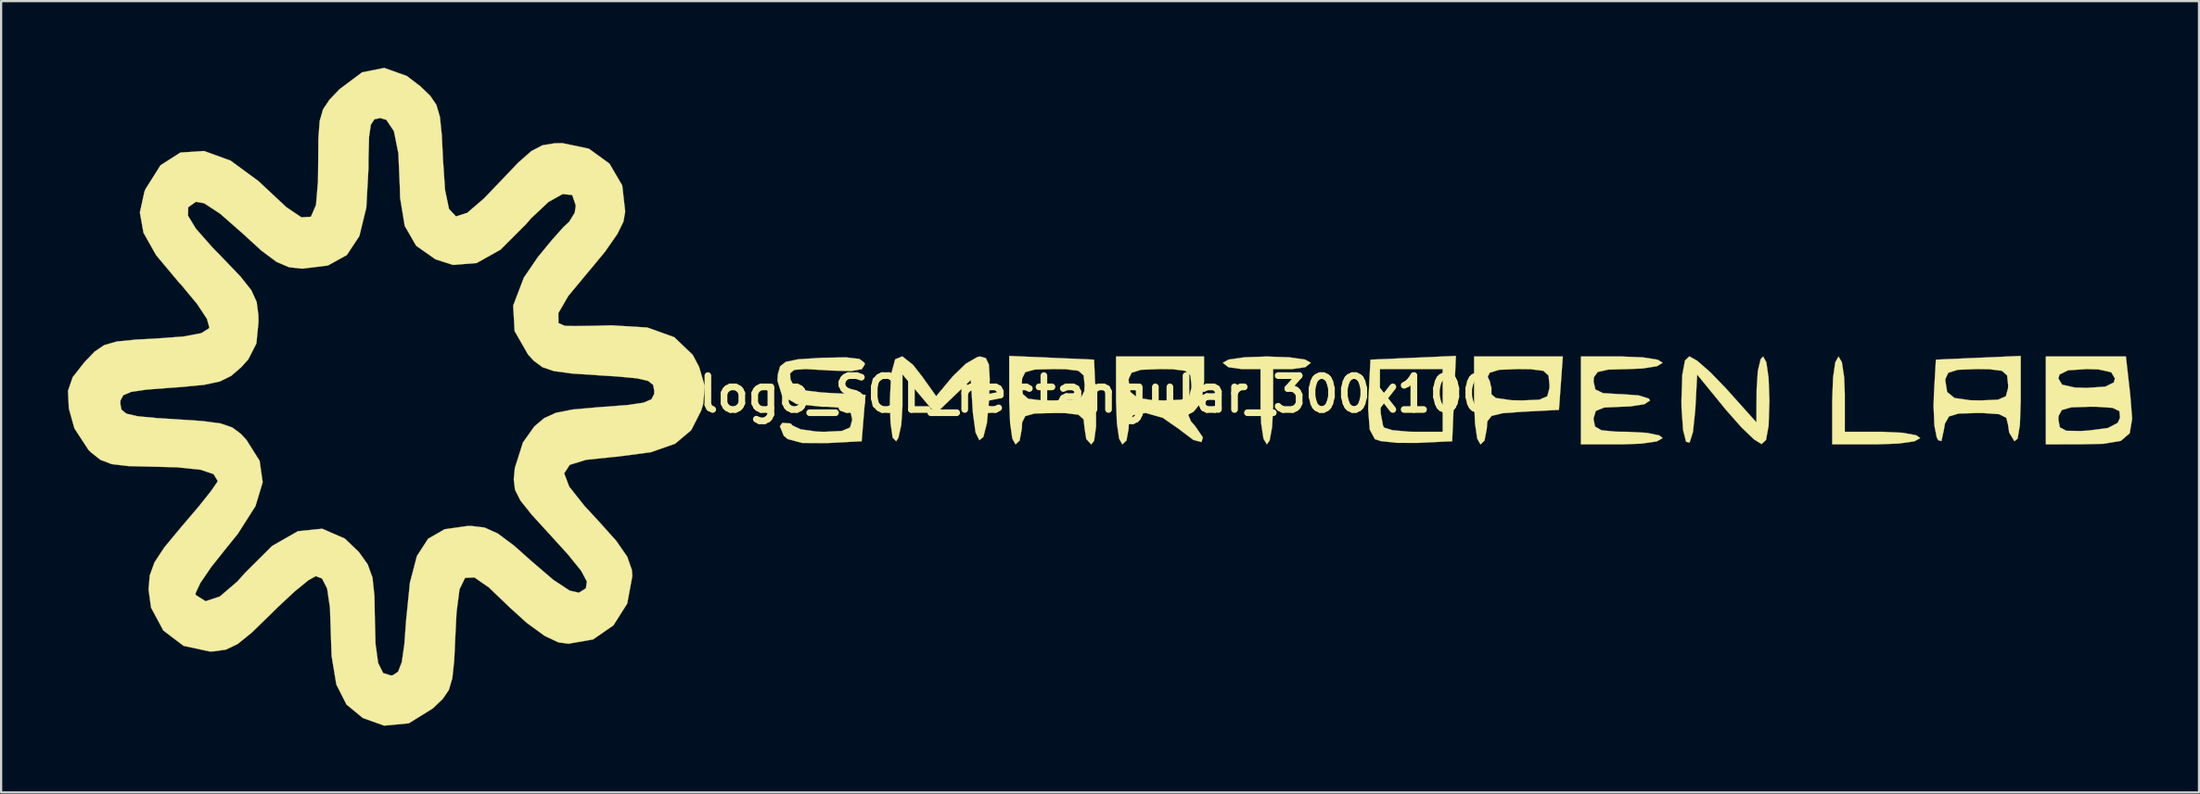
<source format=kicad_pcb>
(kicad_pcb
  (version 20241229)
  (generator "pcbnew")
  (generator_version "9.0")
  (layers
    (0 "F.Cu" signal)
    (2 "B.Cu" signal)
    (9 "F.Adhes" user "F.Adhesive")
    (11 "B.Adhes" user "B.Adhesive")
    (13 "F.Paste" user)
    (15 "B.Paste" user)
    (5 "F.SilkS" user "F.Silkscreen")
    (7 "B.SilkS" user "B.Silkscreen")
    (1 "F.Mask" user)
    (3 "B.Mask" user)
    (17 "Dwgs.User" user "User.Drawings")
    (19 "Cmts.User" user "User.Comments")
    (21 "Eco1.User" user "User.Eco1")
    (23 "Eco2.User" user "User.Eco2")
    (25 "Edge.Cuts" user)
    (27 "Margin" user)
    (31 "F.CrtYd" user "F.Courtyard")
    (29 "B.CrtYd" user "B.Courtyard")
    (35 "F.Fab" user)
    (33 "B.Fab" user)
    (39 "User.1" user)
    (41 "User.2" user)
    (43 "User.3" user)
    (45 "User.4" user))
  (footprint "logo_SOL_rectangular_300x100"
    (layer "F.Cu")
    (at 46.24 14.676)
    (property "Reference" "logo_SOL_rectangular_300x100" (at 0 0 0) (layer "F.SilkS") (effects (font (size 1.524 1.524) (thickness 0.3))))
    (attr through_hole)
    (fp_poly (pts (xy 33.453 -1.436) (xy 33.554 -0.765) (xy 33.584 0) (xy 33.584 1.693) (xy 35.278 1.693) (xy 36.18 1.736) (xy 36.791 1.848) (xy 36.971 1.976) (xy 36.71 2.12) (xy 36.01 2.22) (xy 34.997 2.258) (xy 33.02 2.258) (xy 33.02 0.282) (xy 33.057 -0.731) (xy 33.157 -1.431) (xy 33.302 -1.693) (xy 33.302 -1.693) (xy 33.453 -1.436)) (stroke (width 0.01) (type solid)) (fill yes) (layer "F.SilkS"))
    (fp_poly (pts (xy 8.633 -1.656) (xy 9.334 -1.556) (xy 9.596 -1.411) (xy 9.596 -1.411) (xy 9.35 -1.213) (xy 8.759 -1.129) (xy 8.749 -1.129) (xy 7.902 -1.129) (xy 7.902 0.564) (xy 7.859 1.466) (xy 7.747 2.078) (xy 7.62 2.258) (xy 7.47 2.001) (xy 7.368 1.329) (xy 7.338 0.564) (xy 7.338 -1.129) (xy 6.491 -1.129) (xy 5.897 -1.211) (xy 5.645 -1.408) (xy 5.644 -1.411) (xy 5.905 -1.556) (xy 6.605 -1.656) (xy 7.618 -1.693) (xy 7.62 -1.693) (xy 8.633 -1.656)) (stroke (width 0.01) (type solid)) (fill yes) (layer "F.SilkS"))
    (fp_poly (pts (xy 16.029 0.198) (xy 15.946 2.117) (xy 14.393 2.19) (xy 13.461 2.189) (xy 12.734 2.109) (xy 12.473 2.023) (xy 12.244 1.591) (xy 12.173 0.674) (xy 12.191 0.115) (xy 12.255 -1.129) (xy 12.7 -1.129) (xy 12.7 0.094) (xy 12.74 0.886) (xy 12.841 1.418) (xy 12.888 1.505) (xy 13.264 1.621) (xy 13.984 1.687) (xy 14.299 1.693) (xy 15.522 1.693) (xy 15.522 -1.129) (xy 12.7 -1.129) (xy 12.255 -1.129) (xy 12.277 -1.552) (xy 14.195 -1.636) (xy 16.113 -1.72) (xy 16.029 0.198)) (stroke (width 0.01) (type solid)) (fill yes) (layer "F.SilkS"))
    (fp_poly (pts (xy 26.951 -1.504) (xy 27.542 -0.987) (xy 28.247 -0.258) (xy 28.284 -0.217) (xy 29.615 1.27) (xy 29.624 -0.212) (xy 29.678 -1.04) (xy 29.806 -1.577) (xy 29.916 -1.693) (xy 30.06 -1.432) (xy 30.16 -0.733) (xy 30.198 0.28) (xy 30.198 0.282) (xy 30.161 1.422) (xy 30.045 2.057) (xy 29.845 2.244) (xy 29.503 2.032) (xy 28.936 1.487) (xy 28.263 0.724) (xy 28.222 0.674) (xy 26.952 -0.882) (xy 26.868 0.688) (xy 26.763 1.699) (xy 26.614 2.176) (xy 26.455 2.141) (xy 26.322 1.617) (xy 26.251 0.629) (xy 26.247 0.282) (xy 26.285 -0.869) (xy 26.405 -1.511) (xy 26.599 -1.699) (xy 26.951 -1.504)) (stroke (width 0.01) (type solid)) (fill yes) (layer "F.SilkS"))
    (fp_poly (pts (xy -8.273 -1.316) (xy -7.87 -0.801) (xy -7.234 0.091) (xy -6.489 -0.801) (xy -5.906 -1.367) (xy -5.373 -1.675) (xy -5.258 -1.693) (xy -5.001 -1.621) (xy -4.866 -1.326) (xy -4.829 -0.689) (xy -4.855 0.212) (xy -4.954 1.292) (xy -5.113 1.921) (xy -5.295 2.072) (xy -5.464 1.721) (xy -5.584 0.84) (xy -5.591 0.74) (xy -5.678 -0.638) (xy -6.47 0.12) (xy -7.261 0.879) (xy -8.005 -0.006) (xy -8.749 -0.89) (xy -8.749 0.526) (xy -8.801 1.374) (xy -8.933 1.968) (xy -9.031 2.117) (xy -9.188 1.958) (xy -9.285 1.287) (xy -9.313 0.299) (xy -9.257 -0.904) (xy -9.076 -1.566) (xy -8.753 -1.699) (xy -8.273 -1.316)) (stroke (width 0.01) (type solid)) (fill yes) (layer "F.SilkS"))
    (fp_poly (pts (xy 20.83 -0.494) (xy 20.743 0.706) (xy 19.121 0.79) (xy 18.205 0.857) (xy 17.719 0.978) (xy 17.528 1.218) (xy 17.498 1.566) (xy 17.399 2.09) (xy 17.216 2.258) (xy 17.071 1.997) (xy 16.971 1.297) (xy 16.933 0.284) (xy 16.933 -0.611) (xy 17.498 -0.611) (xy 17.58 -0.098) (xy 17.911 0.174) (xy 18.617 0.274) (xy 19.097 0.282) (xy 19.862 0.25) (xy 20.218 0.095) (xy 20.317 -0.271) (xy 20.32 -0.423) (xy 20.274 -0.842) (xy 20.041 -1.051) (xy 19.475 -1.122) (xy 18.909 -1.129) (xy 18.055 -1.096) (xy 17.63 -0.963) (xy 17.5 -0.683) (xy 17.498 -0.611) (xy 16.933 -0.611) (xy 16.933 -1.693) (xy 20.917 -1.693) (xy 20.83 -0.494)) (stroke (width 0.01) (type solid)) (fill yes) (layer "F.SilkS"))
    (fp_poly (pts (xy 24.524 -1.653) (xy 25.18 -1.548) (xy 25.4 -1.411) (xy 25.145 -1.257) (xy 24.487 -1.154) (xy 23.848 -1.129) (xy 22.951 -1.104) (xy 22.483 -0.998) (xy 22.312 -0.762) (xy 22.296 -0.564) (xy 22.379 -0.212) (xy 22.724 -0.045) (xy 23.474 -0.000215) (xy 23.566 0) (xy 24.323 0.056) (xy 24.777 0.198) (xy 24.836 0.282) (xy 24.583 0.451) (xy 23.945 0.551) (xy 23.566 0.564) (xy 22.772 0.601) (xy 22.397 0.755) (xy 22.296 1.088) (xy 22.296 1.129) (xy 22.363 1.455) (xy 22.654 1.625) (xy 23.303 1.687) (xy 23.848 1.693) (xy 24.698 1.74) (xy 25.262 1.859) (xy 25.4 1.976) (xy 25.141 2.123) (xy 24.454 2.224) (xy 23.566 2.258) (xy 21.731 2.258) (xy 21.731 -1.693) (xy 23.566 -1.693) (xy 24.524 -1.653)) (stroke (width 0.01) (type solid)) (fill yes) (layer "F.SilkS"))
    (fp_poly (pts (xy -2.046 -1.636) (xy -0.141 -1.552) (xy -0.058 0.353) (xy -0.051 1.445) (xy -0.14 2.097) (xy -0.269 2.258) (xy -0.491 2.016) (xy -0.564 1.552) (xy -0.61 1.133) (xy -0.844 0.925) (xy -1.409 0.853) (xy -1.976 0.847) (xy -2.813 0.87) (xy -3.231 0.986) (xy -3.373 1.269) (xy -3.387 1.552) (xy -3.483 2.083) (xy -3.669 2.258) (xy -3.813 1.997) (xy -3.913 1.296) (xy -3.951 0.28) (xy -3.951 0.269) (xy -3.951 -0.423) (xy -3.387 -0.423) (xy -3.341 -0.005) (xy -3.107 0.204) (xy -2.542 0.276) (xy -1.976 0.282) (xy -1.138 0.259) (xy -0.72 0.143) (xy -0.578 -0.14) (xy -0.564 -0.423) (xy -0.61 -0.842) (xy -0.844 -1.051) (xy -1.409 -1.122) (xy -1.976 -1.129) (xy -2.813 -1.106) (xy -3.231 -0.989) (xy -3.373 -0.706) (xy -3.387 -0.423) (xy -3.951 -0.423) (xy -3.951 -1.719) (xy -2.046 -1.636)) (stroke (width 0.01) (type solid)) (fill yes) (layer "F.SilkS"))
    (fp_poly (pts (xy 41.487 0.286) (xy 41.451 1.377) (xy 41.348 1.999) (xy 41.204 2.117) (xy 40.967 1.719) (xy 40.922 1.394) (xy 40.842 1.063) (xy 40.508 0.899) (xy 39.784 0.848) (xy 39.53 0.847) (xy 38.695 0.872) (xy 38.266 1.001) (xy 38.085 1.317) (xy 38.031 1.623) (xy 37.925 2.107) (xy 37.783 2.072) (xy 37.714 1.942) (xy 37.61 1.411) (xy 37.573 0.551) (xy 37.59 -0.034) (xy 37.623 -0.611) (xy 38.1 -0.611) (xy 38.182 -0.098) (xy 38.513 0.174) (xy 39.219 0.274) (xy 39.699 0.282) (xy 40.464 0.25) (xy 40.82 0.095) (xy 40.919 -0.271) (xy 40.922 -0.423) (xy 40.876 -0.842) (xy 40.643 -1.051) (xy 40.077 -1.122) (xy 39.511 -1.129) (xy 38.658 -1.096) (xy 38.233 -0.963) (xy 38.102 -0.683) (xy 38.1 -0.611) (xy 37.623 -0.611) (xy 37.677 -1.552) (xy 39.582 -1.636) (xy 41.487 -1.719) (xy 41.487 0.286)) (stroke (width 0.01) (type solid)) (fill yes) (layer "F.SilkS"))
    (fp_poly (pts (xy 46.408 0.042) (xy 46.492 1.105) (xy 46.383 1.758) (xy 45.984 2.1) (xy 45.197 2.232) (xy 44.238 2.253) (xy 42.616 2.258) (xy 42.616 1.144) (xy 43.18 1.144) (xy 43.244 1.492) (xy 43.531 1.646) (xy 44.186 1.657) (xy 44.518 1.638) (xy 45.4 1.523) (xy 45.842 1.293) (xy 45.95 1.058) (xy 45.922 0.764) (xy 45.611 0.615) (xy 44.895 0.566) (xy 44.612 0.564) (xy 43.76 0.592) (xy 43.331 0.714) (xy 43.188 0.984) (xy 43.18 1.144) (xy 42.616 1.144) (xy 42.616 -0.706) (xy 43.18 -0.706) (xy 43.346 -0.427) (xy 43.911 -0.299) (xy 44.45 -0.282) (xy 45.287 -0.338) (xy 45.668 -0.526) (xy 45.72 -0.706) (xy 45.554 -0.985) (xy 44.989 -1.112) (xy 44.45 -1.129) (xy 43.613 -1.073) (xy 43.232 -0.885) (xy 43.18 -0.706) (xy 42.616 -0.706) (xy 42.616 -1.693) (xy 46.212 -1.693) (xy 46.408 0.042)) (stroke (width 0.01) (type solid)) (fill yes) (layer "F.SilkS"))
    (fp_poly (pts (xy 4.798 -0.556) (xy 4.687 0.35) (xy 4.362 0.749) (xy 4.088 0.926) (xy 4.211 1.22) (xy 4.408 1.448) (xy 4.746 1.944) (xy 4.684 2.155) (xy 4.319 2.057) (xy 3.75 1.63) (xy 3.721 1.602) (xy 2.947 1.064) (xy 2.183 0.847) (xy 2.172 0.847) (xy 1.607 0.944) (xy 1.419 1.343) (xy 1.411 1.552) (xy 1.315 2.083) (xy 1.129 2.258) (xy 0.984 1.997) (xy 0.884 1.297) (xy 0.847 0.284) (xy 0.847 -0.611) (xy 1.411 -0.611) (xy 1.493 -0.098) (xy 1.824 0.174) (xy 2.53 0.274) (xy 3.01 0.282) (xy 3.776 0.25) (xy 4.131 0.095) (xy 4.23 -0.271) (xy 4.233 -0.423) (xy 4.188 -0.842) (xy 3.954 -1.051) (xy 3.389 -1.122) (xy 2.822 -1.129) (xy 1.969 -1.096) (xy 1.544 -0.963) (xy 1.414 -0.683) (xy 1.411 -0.611) (xy 0.847 -0.611) (xy 0.847 -1.693) (xy 4.798 -1.693) (xy 4.798 -0.556)) (stroke (width 0.01) (type solid)) (fill yes) (layer "F.SilkS"))
    (fp_poly (pts (xy -10.683 -1.584) (xy -10.453 -1.409) (xy -10.442 -1.335) (xy -10.578 -1.123) (xy -11.054 -1.038) (xy -11.97 -1.063) (xy -12.163 -1.076) (xy -13.108 -1.129) (xy -13.612 -1.092) (xy -13.794 -0.936) (xy -13.783 -0.671) (xy -13.621 -0.358) (xy -13.199 -0.175) (xy -12.383 -0.076) (xy -12.046 -0.056) (xy -10.41 0.029) (xy -10.497 1.073) (xy -10.583 2.117) (xy -12.161 2.2) (xy -13.255 2.193) (xy -13.901 2.021) (xy -14.08 1.872) (xy -14.254 1.443) (xy -14.144 1.291) (xy -13.769 1.318) (xy -13.691 1.407) (xy -13.323 1.581) (xy -12.606 1.683) (xy -12.26 1.693) (xy -11.473 1.655) (xy -11.103 1.498) (xy -11.007 1.157) (xy -11.007 1.129) (xy -11.083 0.787) (xy -11.405 0.619) (xy -12.113 0.566) (xy -12.383 0.564) (xy -13.509 0.443) (xy -14.158 0.06) (xy -14.366 -0.612) (xy -14.344 -0.902) (xy -14.246 -1.251) (xy -13.987 -1.456) (xy -13.437 -1.567) (xy -12.466 -1.63) (xy -12.347 -1.636) (xy -11.283 -1.654) (xy -10.683 -1.584)) (stroke (width 0.01) (type solid)) (fill yes) (layer "F.SilkS"))
    (fp_poly (pts (xy -31.018 -14.311) (xy -30.414 -13.852) (xy -29.967 -13.423) (xy -29.687 -13.012) (xy -29.528 -12.468) (xy -29.443 -11.64) (xy -29.392 -10.586) (xy -29.298 -9.186) (xy -29.119 -8.328) (xy -28.804 -7.992) (xy -28.299 -8.155) (xy -27.552 -8.798) (xy -26.829 -9.552) (xy -26.01 -10.412) (xy -25.422 -10.93) (xy -24.925 -11.191) (xy -24.383 -11.281) (xy -24.028 -11.289) (xy -22.838 -11.04) (xy -21.911 -10.368) (xy -21.338 -9.387) (xy -21.205 -8.211) (xy -21.284 -7.757) (xy -21.558 -7.2) (xy -22.111 -6.406) (xy -22.825 -5.542) (xy -22.866 -5.496) (xy -23.759 -4.418) (xy -24.206 -3.648) (xy -24.203 -3.196) (xy -23.918 -3.072) (xy -23.462 -3.063) (xy -22.639 -3.074) (xy -21.834 -3.096) (xy -20.205 -2.996) (xy -18.999 -2.561) (xy -18.172 -1.769) (xy -17.885 -1.227) (xy -17.628 -0.357) (xy -17.703 0.446) (xy -17.791 0.74) (xy -18.239 1.621) (xy -18.961 2.228) (xy -20.047 2.61) (xy -21.587 2.813) (xy -21.714 2.822) (xy -22.958 2.952) (xy -23.696 3.179) (xy -23.946 3.562) (xy -23.72 4.158) (xy -23.036 5.023) (xy -22.461 5.643) (xy -21.607 6.595) (xy -21.113 7.309) (xy -20.905 7.905) (xy -20.884 8.178) (xy -21.113 9.418) (xy -21.734 10.398) (xy -22.647 11.03) (xy -23.753 11.223) (xy -24.204 11.162) (xy -24.819 10.872) (xy -25.625 10.287) (xy -26.399 9.584) (xy -27.328 8.692) (xy -27.977 8.243) (xy -28.398 8.262) (xy -28.648 8.776) (xy -28.781 9.812) (xy -28.829 10.748) (xy -28.886 11.971) (xy -28.971 12.775) (xy -29.127 13.304) (xy -29.4 13.704) (xy -29.831 14.118) (xy -29.849 14.134) (xy -30.926 14.802) (xy -32.034 14.906) (xy -32.989 14.564) (xy -33.724 13.958) (xy -34.18 13.059) (xy -34.393 11.771) (xy -34.421 10.959) (xy -34.466 9.605) (xy -34.594 8.739) (xy -34.823 8.291) (xy -35.105 8.184) (xy -35.444 8.374) (xy -36.058 8.877) (xy -36.833 9.6) (xy -37.112 9.878) (xy -37.983 10.726) (xy -38.614 11.236) (xy -39.143 11.489) (xy -39.704 11.568) (xy -39.877 11.571) (xy -41.046 11.317) (xy -41.955 10.626) (xy -42.503 9.602) (xy -42.616 8.789) (xy -42.562 8.149) (xy -42.349 7.562) (xy -41.899 6.88) (xy -41.132 5.956) (xy -41.063 5.876) (xy -40.352 5.039) (xy -39.813 4.361) (xy -39.532 3.955) (xy -39.511 3.899) (xy -39.696 3.595) (xy -40.289 3.396) (xy -41.347 3.288) (xy -42.388 3.262) (xy -43.532 3.234) (xy -44.276 3.145) (xy -44.78 2.951) (xy -45.209 2.613) (xy -45.311 2.513) (xy -45.947 1.539) (xy -46.196 0.648) (xy -46.207 0.423) (xy -43.886 0.423) (xy -43.835 0.697) (xy -43.611 0.877) (xy -43.107 0.994) (xy -42.215 1.078) (xy -41.391 1.129) (xy -40.172 1.212) (xy -39.374 1.32) (xy -38.855 1.498) (xy -38.47 1.785) (xy -38.216 2.062) (xy -37.629 2.994) (xy -37.49 3.962) (xy -37.813 5.035) (xy -38.608 6.283) (xy -39.105 6.898) (xy -39.794 7.764) (xy -40.286 8.484) (xy -40.504 8.946) (xy -40.499 9.03) (xy -40.056 9.312) (xy -39.414 9.1) (xy -38.613 8.412) (xy -38.287 8.043) (xy -37.067 6.827) (xy -35.907 6.163) (xy -34.815 6.052) (xy -33.798 6.496) (xy -33.169 7.098) (xy -32.773 7.652) (xy -32.556 8.254) (xy -32.468 9.098) (xy -32.456 9.876) (xy -32.421 11.229) (xy -32.302 12.093) (xy -32.077 12.543) (xy -31.725 12.652) (xy -31.644 12.641) (xy -31.406 12.484) (xy -31.241 12.056) (xy -31.125 11.254) (xy -31.044 10.157) (xy -30.874 8.475) (xy -30.561 7.279) (xy -30.057 6.502) (xy -29.315 6.075) (xy -28.287 5.929) (xy -28.116 5.927) (xy -27.521 5.999) (xy -26.925 6.269) (xy -26.193 6.816) (xy -25.416 7.509) (xy -24.432 8.352) (xy -23.698 8.836) (xy -23.283 8.929) (xy -22.97 8.733) (xy -22.925 8.428) (xy -23.182 7.942) (xy -23.78 7.202) (xy -24.587 6.314) (xy -25.409 5.413) (xy -25.907 4.787) (xy -26.152 4.305) (xy -26.21 3.835) (xy -26.16 3.315) (xy -25.796 2.17) (xy -25.284 1.449) (xy -24.841 1.077) (xy -24.317 0.839) (xy -23.558 0.69) (xy -22.408 0.587) (xy -22.229 0.575) (xy -21.079 0.487) (xy -20.382 0.384) (xy -20.027 0.232) (xy -19.905 -0.002) (xy -19.897 -0.141) (xy -19.947 -0.415) (xy -20.171 -0.595) (xy -20.675 -0.712) (xy -21.567 -0.796) (xy -22.392 -0.847) (xy -23.61 -0.929) (xy -24.408 -1.038) (xy -24.927 -1.215) (xy -25.312 -1.503) (xy -25.567 -1.78) (xy -26.171 -2.837) (xy -26.235 -3.985) (xy -25.756 -5.243) (xy -25.131 -6.159) (xy -24.503 -6.924) (xy -23.985 -7.506) (xy -23.72 -7.753) (xy -23.471 -8.159) (xy -23.424 -8.483) (xy -23.583 -8.956) (xy -24.014 -9) (xy -24.652 -8.643) (xy -25.433 -7.907) (xy -25.667 -7.638) (xy -26.803 -6.5) (xy -27.878 -5.897) (xy -28.938 -5.812) (xy -29.725 -6.063) (xy -30.594 -6.674) (xy -31.108 -7.566) (xy -31.316 -8.837) (xy -31.327 -9.291) (xy -31.392 -10.821) (xy -31.593 -11.828) (xy -31.937 -12.339) (xy -32.209 -12.418) (xy -32.472 -12.362) (xy -32.631 -12.118) (xy -32.71 -11.576) (xy -32.736 -10.623) (xy -32.738 -10.146) (xy -32.835 -8.384) (xy -33.148 -7.105) (xy -33.711 -6.256) (xy -34.559 -5.786) (xy -35.704 -5.644) (xy -36.303 -5.708) (xy -36.872 -5.952) (xy -37.552 -6.46) (xy -38.394 -7.231) (xy -39.396 -8.112) (xy -40.119 -8.586) (xy -40.489 -8.65) (xy -40.834 -8.409) (xy -40.845 -8.028) (xy -40.492 -7.444) (xy -39.743 -6.594) (xy -39.299 -6.138) (xy -38.485 -5.288) (xy -38 -4.674) (xy -37.76 -4.145) (xy -37.682 -3.554) (xy -37.677 -3.243) (xy -37.773 -2.277) (xy -38.135 -1.566) (xy -38.449 -1.216) (xy -38.903 -0.823) (xy -39.41 -0.573) (xy -40.126 -0.419) (xy -41.21 -0.316) (xy -41.553 -0.293) (xy -42.704 -0.205) (xy -43.401 -0.102) (xy -43.755 0.05) (xy -43.877 0.284) (xy -43.886 0.423) (xy -46.207 0.423) (xy -46.235 -0.151) (xy -46.025 -0.762) (xy -45.496 -1.438) (xy -45.04 -1.913) (xy -44.611 -2.204) (xy -44.047 -2.367) (xy -43.19 -2.453) (xy -42.339 -2.497) (xy -41.044 -2.592) (xy -40.251 -2.742) (xy -39.9 -2.961) (xy -39.884 -2.994) (xy -39.993 -3.386) (xy -40.438 -4.061) (xy -41.146 -4.912) (xy -41.278 -5.056) (xy -42.28 -6.256) (xy -42.844 -7.259) (xy -43.006 -8.171) (xy -42.803 -9.099) (xy -42.755 -9.221) (xy -42.079 -10.294) (xy -41.186 -10.865) (xy -40.122 -10.935) (xy -38.931 -10.502) (xy -37.659 -9.566) (xy -37.404 -9.323) (xy -36.424 -8.408) (xy -35.749 -7.952) (xy -35.324 -7.977) (xy -35.094 -8.506) (xy -35.005 -9.562) (xy -34.996 -10.329) (xy -34.986 -11.512) (xy -34.928 -12.287) (xy -34.777 -12.811) (xy -34.489 -13.241) (xy -34.036 -13.716) (xy -33.022 -14.474) (xy -32.029 -14.671) (xy -31.018 -14.311)) (stroke (width 0.01) (type solid)) (fill yes) (layer "F.SilkS")))
  (gr_rect
    (start -3 -3)
    (end 95.737 32.588)
    (stroke (width 0.1) (type default))
    (fill no)
    (layer "Edge.Cuts")))
</source>
